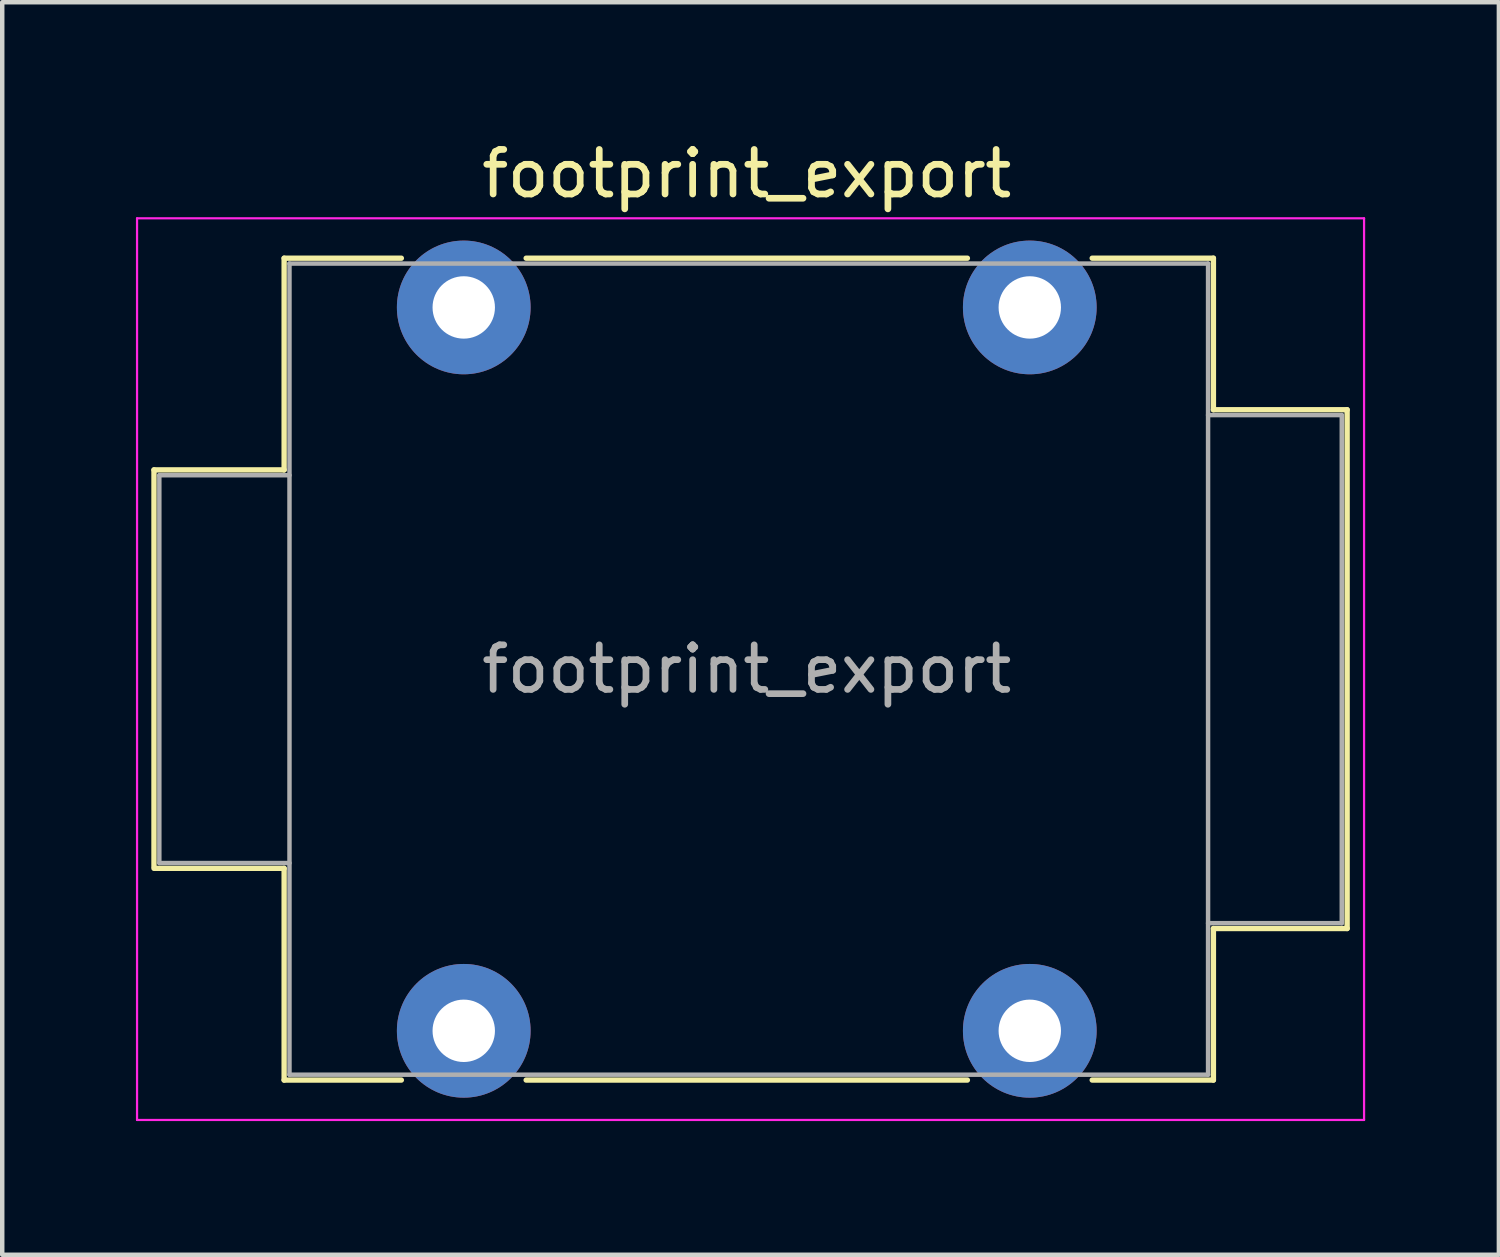
<source format=kicad_pcb>
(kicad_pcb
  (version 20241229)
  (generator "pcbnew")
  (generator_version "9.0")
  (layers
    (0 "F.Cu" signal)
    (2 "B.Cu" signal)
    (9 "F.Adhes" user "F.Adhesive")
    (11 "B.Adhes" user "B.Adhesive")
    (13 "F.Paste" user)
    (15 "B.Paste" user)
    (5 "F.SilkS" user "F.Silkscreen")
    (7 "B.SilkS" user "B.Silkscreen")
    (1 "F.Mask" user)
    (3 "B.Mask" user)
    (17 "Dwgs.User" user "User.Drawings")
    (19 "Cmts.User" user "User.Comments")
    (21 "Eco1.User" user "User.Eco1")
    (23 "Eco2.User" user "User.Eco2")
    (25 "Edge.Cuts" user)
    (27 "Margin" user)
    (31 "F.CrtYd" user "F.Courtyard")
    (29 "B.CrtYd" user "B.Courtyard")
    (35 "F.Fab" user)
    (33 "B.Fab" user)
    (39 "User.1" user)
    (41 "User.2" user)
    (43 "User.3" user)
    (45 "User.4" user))
  (footprint "footprint_export"
    (layer "F.Cu")
    (at 7.355 3.848)
    (property "Reference" "footprint_export" (at 6.35 -3 0) (layer "F.SilkS") (effects (font (size 1 1) (thickness 0.15))))
    (attr through_hole)
    (fp_line (start -6.95 3.645) (end -4.03 3.645) (stroke (width 0.12) (type solid)) (layer "F.SilkS"))
    (fp_line (start -6.95 12.545) (end -6.95 3.645) (stroke (width 0.12) (type solid)) (layer "F.SilkS"))
    (fp_line (start -6.95 12.585) (end -4.03 12.585) (stroke (width 0.12) (type solid)) (layer "F.SilkS"))
    (fp_line (start -4.03 -1.105) (end -1.4 -1.105) (stroke (width 0.12) (type solid)) (layer "F.SilkS"))
    (fp_line (start -4.03 3.645) (end -4.03 -1.105) (stroke (width 0.12) (type solid)) (layer "F.SilkS"))
    (fp_line (start -4.03 17.335) (end -4.03 12.585) (stroke (width 0.12) (type solid)) (layer "F.SilkS"))
    (fp_line (start -1.4 17.335) (end -4.03 17.335) (stroke (width 0.12) (type solid)) (layer "F.SilkS"))
    (fp_line (start 1.4 -1.105) (end 11.3 -1.105) (stroke (width 0.12) (type solid)) (layer "F.SilkS"))
    (fp_line (start 11.3 17.335) (end 1.4 17.335) (stroke (width 0.12) (type solid)) (layer "F.SilkS"))
    (fp_line (start 16.82 -1.105) (end 14.1 -1.105) (stroke (width 0.12) (type solid)) (layer "F.SilkS"))
    (fp_line (start 16.82 2.295) (end 16.82 -1.105) (stroke (width 0.12) (type solid)) (layer "F.SilkS"))
    (fp_line (start 16.82 2.295) (end 19.82 2.295) (stroke (width 0.12) (type solid)) (layer "F.SilkS"))
    (fp_line (start 16.82 13.935) (end 19.82 13.935) (stroke (width 0.12) (type solid)) (layer "F.SilkS"))
    (fp_line (start 16.82 17.335) (end 14.1 17.335) (stroke (width 0.12) (type solid)) (layer "F.SilkS"))
    (fp_line (start 16.82 17.335) (end 16.82 13.935) (stroke (width 0.12) (type solid)) (layer "F.SilkS"))
    (fp_line (start 19.82 13.935) (end 19.82 2.295) (stroke (width 0.12) (type solid)) (layer "F.SilkS"))
    (fp_line (start -7.33 18.23) (end -7.33 -2) (stroke (width 0.05) (type solid)) (layer "F.CrtYd"))
    (fp_line (start -7.33 18.23) (end 20.2 18.23) (stroke (width 0.05) (type solid)) (layer "F.CrtYd"))
    (fp_line (start 20.2 -2) (end -7.33 -2) (stroke (width 0.05) (type solid)) (layer "F.CrtYd"))
    (fp_line (start 20.2 18.23) (end 20.2 -2) (stroke (width 0.05) (type solid)) (layer "F.CrtYd"))
    (fp_line (start -6.83 3.765) (end -3.91 3.765) (stroke (width 0.1) (type solid)) (layer "F.Fab"))
    (fp_line (start -6.83 12.465) (end -6.83 3.765) (stroke (width 0.1) (type solid)) (layer "F.Fab"))
    (fp_line (start -6.83 12.465) (end -3.91 12.465) (stroke (width 0.1) (type solid)) (layer "F.Fab"))
    (fp_line (start -3.91 17.215) (end -3.91 -0.985) (stroke (width 0.1) (type solid)) (layer "F.Fab"))
    (fp_line (start 16.7 -0.985) (end -3.91 -0.985) (stroke (width 0.1) (type solid)) (layer "F.Fab"))
    (fp_line (start 16.7 17.215) (end -3.91 17.215) (stroke (width 0.1) (type solid)) (layer "F.Fab"))
    (fp_line (start 16.7 17.215) (end 16.7 -0.985) (stroke (width 0.1) (type solid)) (layer "F.Fab"))
    (fp_line (start 19.7 2.415) (end 16.7 2.415) (stroke (width 0.1) (type solid)) (layer "F.Fab"))
    (fp_line (start 19.7 13.815) (end 16.7 13.815) (stroke (width 0.1) (type solid)) (layer "F.Fab"))
    (fp_line (start 19.7 13.815) (end 19.7 2.415) (stroke (width 0.1) (type solid)) (layer "F.Fab"))
    (fp_text user "${REFERENCE}" (at 6.35 8.115 0) (layer "F.Fab") (effects (font (size 1 1) (thickness 0.15))))
    (pad "S" thru_hole circle (at 12.7 0) (size 3 3) (drill 1.4) (layers "*.Cu" "*.Mask"))
    (pad "SN" thru_hole circle (at 12.7 16.23) (size 3 3) (drill 1.4) (layers "*.Cu" "*.Mask"))
    (pad "T" thru_hole circle (at 0 0) (size 3 3) (drill 1.4) (layers "*.Cu" "*.Mask"))
    (pad "TN" thru_hole circle (at 0 16.23) (size 3 3) (drill 1.4) (layers "*.Cu" "*.Mask")))
  (gr_rect
    (start -3 -3)
    (end 30.58 25.103)
    (stroke (width 0.1) (type default))
    (fill no)
    (layer "Edge.Cuts")))
</source>
